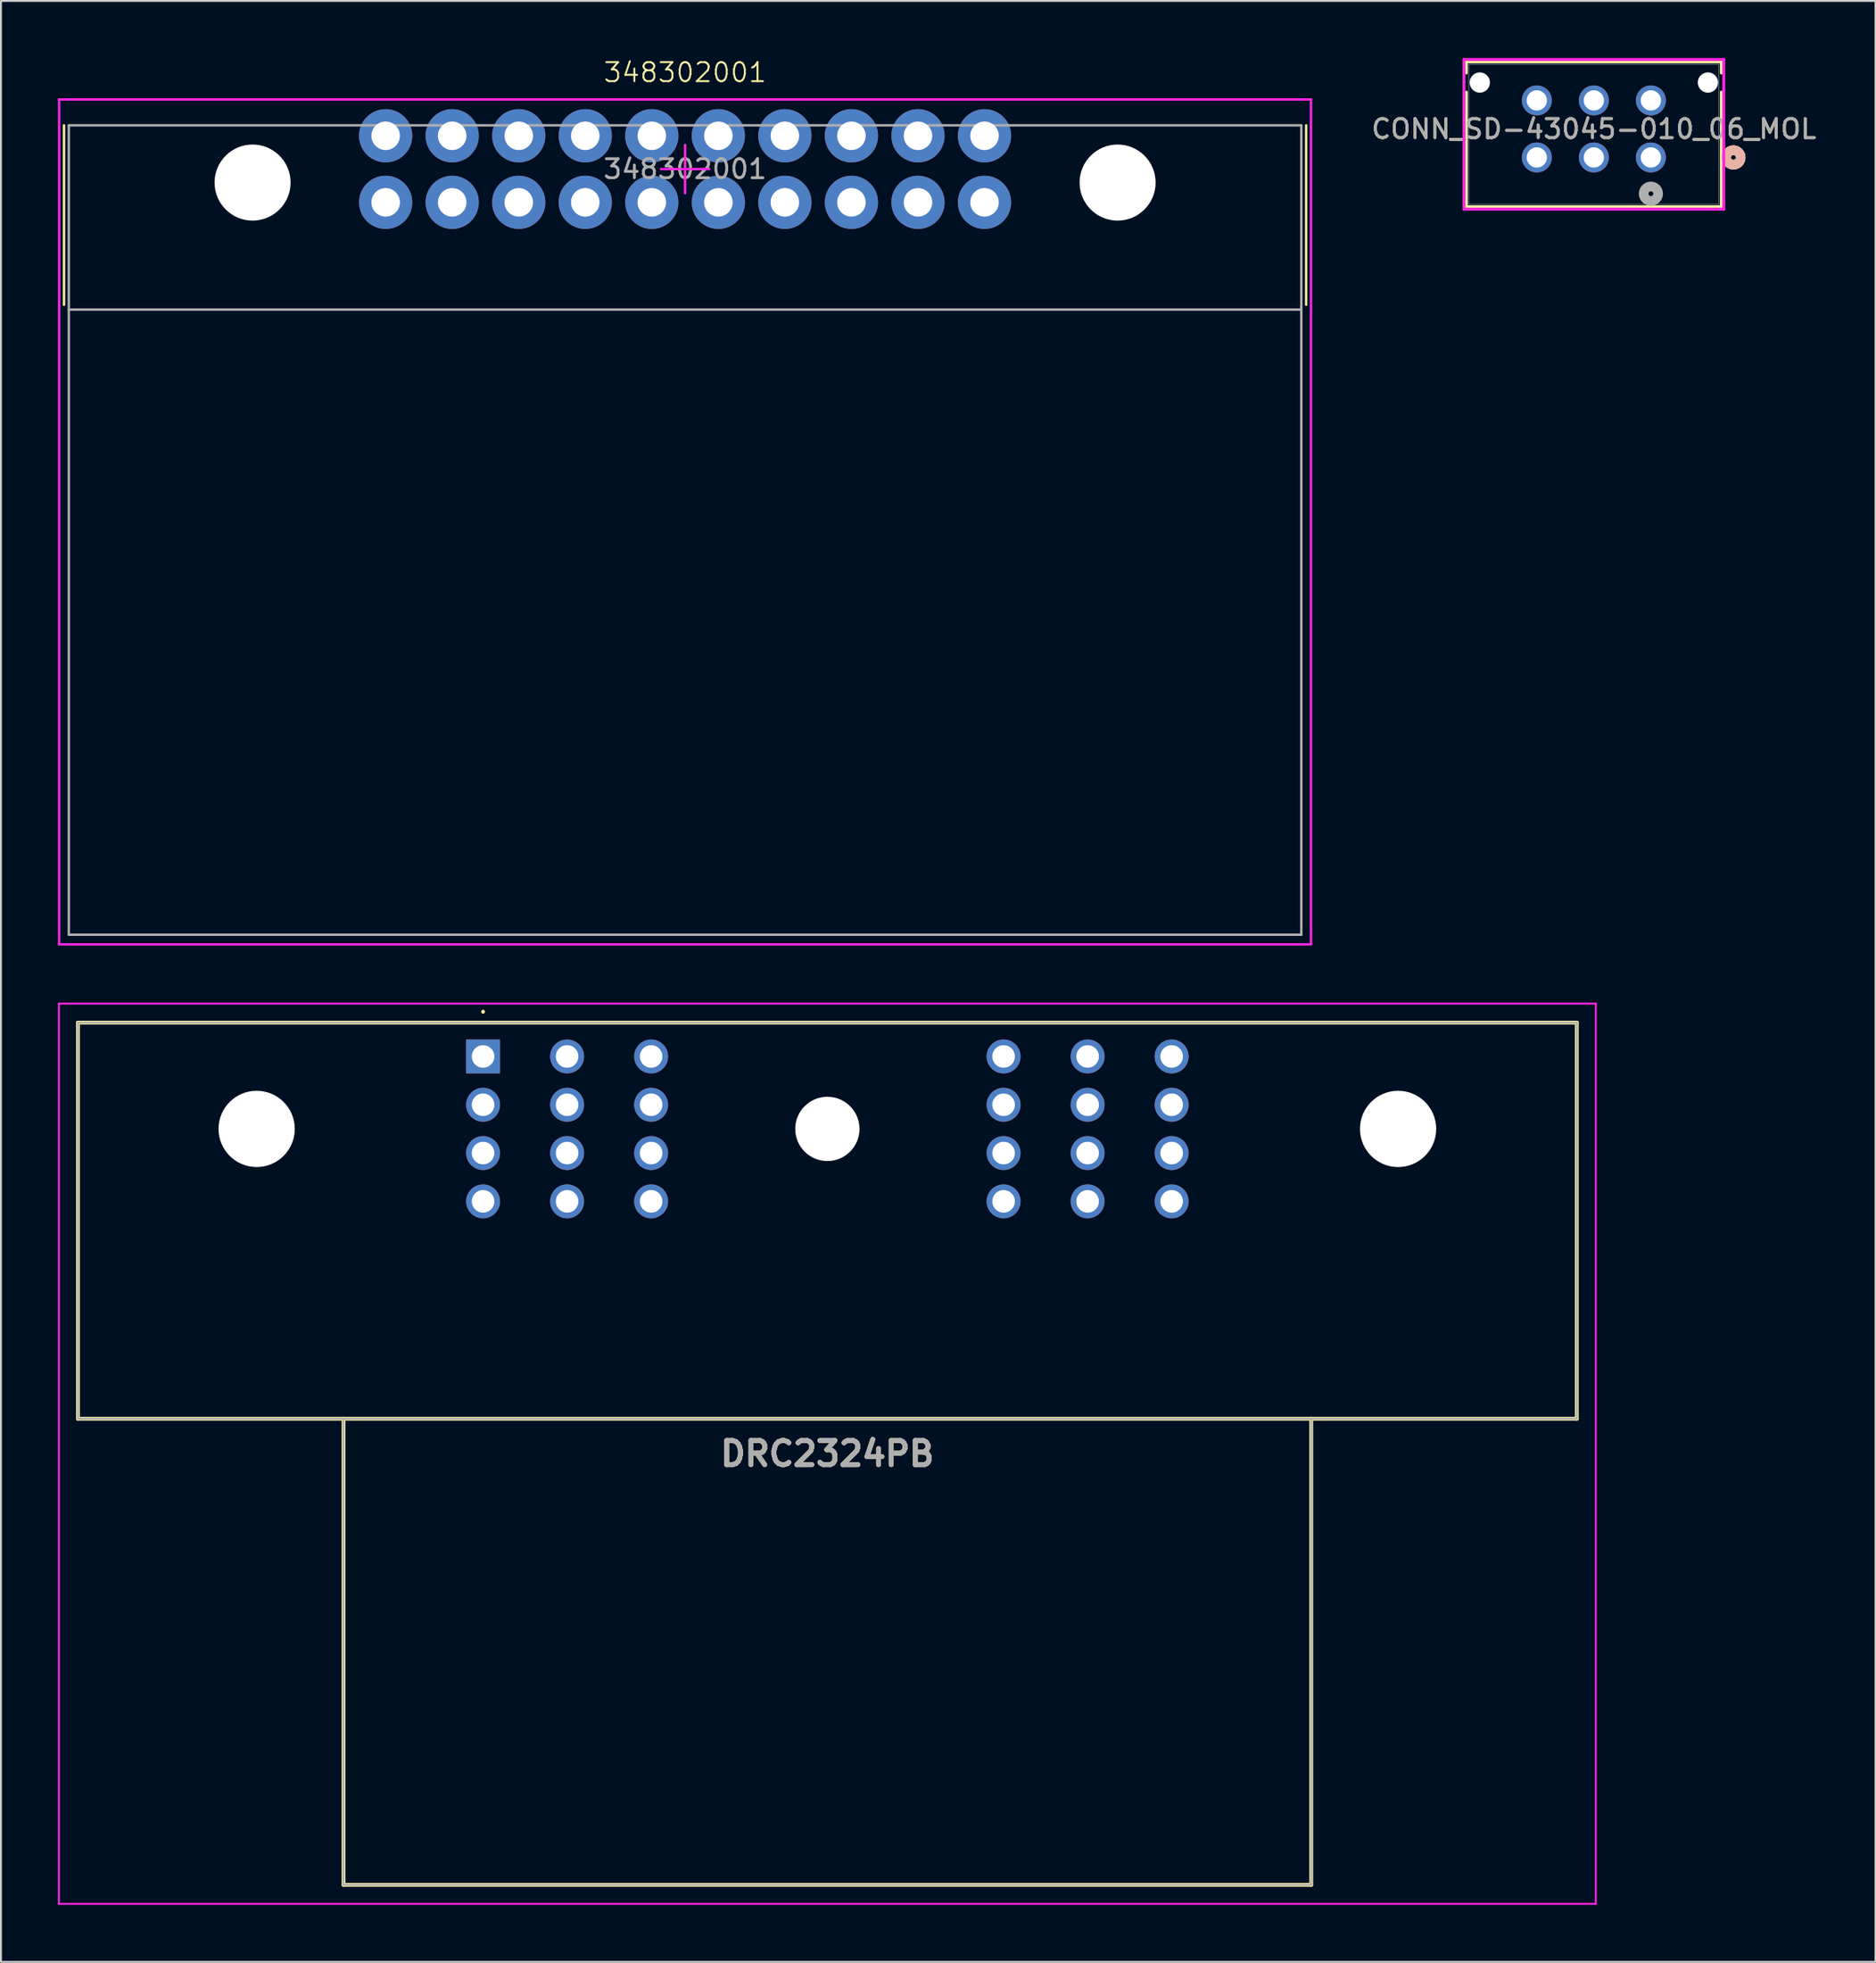
<source format=kicad_pcb>
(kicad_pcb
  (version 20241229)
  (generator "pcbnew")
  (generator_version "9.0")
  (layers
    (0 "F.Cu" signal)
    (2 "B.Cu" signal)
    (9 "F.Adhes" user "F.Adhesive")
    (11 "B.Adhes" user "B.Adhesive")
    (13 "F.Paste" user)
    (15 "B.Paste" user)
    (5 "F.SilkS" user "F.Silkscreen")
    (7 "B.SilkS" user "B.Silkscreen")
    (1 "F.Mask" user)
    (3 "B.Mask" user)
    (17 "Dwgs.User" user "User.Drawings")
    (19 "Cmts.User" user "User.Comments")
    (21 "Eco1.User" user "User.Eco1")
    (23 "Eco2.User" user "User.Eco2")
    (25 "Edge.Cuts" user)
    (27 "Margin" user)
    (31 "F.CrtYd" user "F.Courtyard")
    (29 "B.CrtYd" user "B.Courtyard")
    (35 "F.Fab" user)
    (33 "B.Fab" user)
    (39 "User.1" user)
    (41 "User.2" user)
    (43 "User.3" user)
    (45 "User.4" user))
  (footprint "348302001"
    (layer "F.Cu")
    (at 32.986 5.84)
    (property "Reference" "348302001" (at 0 -5.08 0) (unlocked yes) (layer "F.SilkS") (effects (font (size 1 1) (thickness 0.1))))
    (attr through_hole)
    (fp_line (start -32.669 7.136) (end -32.669 -2.3) (stroke (width 0.127) (type solid)) (layer "F.SilkS"))
    (fp_line (start 32.669 7.136) (end 32.669 -2.3) (stroke (width 0.127) (type solid)) (layer "F.SilkS"))
    (fp_line (start -32.923 -3.658) (end 32.923 -3.658) (stroke (width 0.127) (type solid)) (layer "F.CrtYd"))
    (fp_line (start -32.923 40.768) (end -32.923 -3.658) (stroke (width 0.127) (type solid)) (layer "F.CrtYd"))
    (fp_line (start -32.923 40.768) (end 32.923 40.768) (stroke (width 0.127) (type solid)) (layer "F.CrtYd"))
    (fp_line (start 0 0) (end -1.27 0) (stroke (width 0.127) (type solid)) (layer "F.CrtYd"))
    (fp_line (start 0 0) (end 0 -1.27) (stroke (width 0.127) (type solid)) (layer "F.CrtYd"))
    (fp_line (start 0 0) (end 0 1.27) (stroke (width 0.127) (type solid)) (layer "F.CrtYd"))
    (fp_line (start 0 0) (end 1.27 0) (stroke (width 0.127) (type solid)) (layer "F.CrtYd"))
    (fp_line (start 32.923 40.768) (end 32.923 -3.658) (stroke (width 0.127) (type solid)) (layer "F.CrtYd"))
    (fp_line (start -32.415 -2.3) (end -32.415 40.26) (stroke (width 0.127) (type solid)) (layer "F.Fab"))
    (fp_line (start -32.415 -2.3) (end 32.415 -2.3) (stroke (width 0.127) (type solid)) (layer "F.Fab"))
    (fp_line (start -32.415 7.39) (end 32.415 7.39) (stroke (width 0.127) (type solid)) (layer "F.Fab"))
    (fp_line (start -32.415 40.26) (end 32.415 40.26) (stroke (width 0.127) (type solid)) (layer "F.Fab"))
    (fp_line (start 32.415 40.26) (end 32.415 -2.3) (stroke (width 0.127) (type solid)) (layer "F.Fab"))
    (fp_text user "${REFERENCE}" (at 0 0 0) (unlocked yes) (layer "F.Fab") (effects (font (size 1 1) (thickness 0.15))))
    (pad "" np_thru_hole circle (at -22.75 0.71) (size 4 4) (drill 4) (layers "*.Cu" "*.Mask"))
    (pad "" np_thru_hole circle (at 22.75 0.71) (size 4 4) (drill 4) (layers "*.Cu" "*.Mask"))
    (pad "1" thru_hole circle (at -15.75 -1.75) (size 2.8 2.8) (drill 1.5) (layers "*.Cu" "*.Mask"))
    (pad "2" thru_hole circle (at -12.25 -1.75) (size 2.8 2.8) (drill 1.5) (layers "*.Cu" "*.Mask"))
    (pad "3" thru_hole circle (at -8.75 -1.75) (size 2.8 2.8) (drill 1.5) (layers "*.Cu" "*.Mask"))
    (pad "4" thru_hole circle (at -5.25 -1.75) (size 2.8 2.8) (drill 1.5) (layers "*.Cu" "*.Mask"))
    (pad "5" thru_hole circle (at -1.75 -1.75) (size 2.8 2.8) (drill 1.5) (layers "*.Cu" "*.Mask"))
    (pad "6" thru_hole circle (at 1.75 -1.75) (size 2.8 2.8) (drill 1.5) (layers "*.Cu" "*.Mask"))
    (pad "7" thru_hole circle (at 5.25 -1.75) (size 2.8 2.8) (drill 1.5) (layers "*.Cu" "*.Mask"))
    (pad "8" thru_hole circle (at 8.75 -1.75) (size 2.8 2.8) (drill 1.5) (layers "*.Cu" "*.Mask"))
    (pad "9" thru_hole circle (at 12.25 -1.75) (size 2.8 2.8) (drill 1.5) (layers "*.Cu" "*.Mask"))
    (pad "10" thru_hole circle (at 15.75 -1.75) (size 2.8 2.8) (drill 1.5) (layers "*.Cu" "*.Mask"))
    (pad "11" thru_hole circle (at -15.75 1.75) (size 2.8 2.8) (drill 1.5) (layers "*.Cu" "*.Mask"))
    (pad "12" thru_hole circle (at -12.25 1.75) (size 2.8 2.8) (drill 1.5) (layers "*.Cu" "*.Mask"))
    (pad "13" thru_hole circle (at -8.75 1.75) (size 2.8 2.8) (drill 1.5) (layers "*.Cu" "*.Mask"))
    (pad "14" thru_hole circle (at -5.25 1.75) (size 2.8 2.8) (drill 1.5) (layers "*.Cu" "*.Mask"))
    (pad "15" thru_hole circle (at -1.75 1.75) (size 2.8 2.8) (drill 1.5) (layers "*.Cu" "*.Mask"))
    (pad "16" thru_hole circle (at 1.75 1.75) (size 2.8 2.8) (drill 1.5) (layers "*.Cu" "*.Mask"))
    (pad "17" thru_hole circle (at 5.25 1.75) (size 2.8 2.8) (drill 1.5) (layers "*.Cu" "*.Mask"))
    (pad "18" thru_hole circle (at 8.75 1.75) (size 2.8 2.8) (drill 1.5) (layers "*.Cu" "*.Mask"))
    (pad "19" thru_hole circle (at 12.25 1.75) (size 2.8 2.8) (drill 1.5) (layers "*.Cu" "*.Mask"))
    (pad "20" thru_hole circle (at 15.75 1.75) (size 2.8 2.8) (drill 1.5) (layers "*.Cu" "*.Mask")))
  (footprint "CONN_SD-43045-010_06_MOL"
    (layer "F.Cu")
    (at 83.788 5.23)
    (property "Reference" "CONN_SD-43045-010_06_MOL" (at -3 -1.5 0) (unlocked yes) (layer "F.SilkS") (effects (font (size 1 1) (thickness 0.15))))
    (attr through_hole)
    (fp_line (start -9.706 -5.027) (end -9.706 -4.442) (stroke (width 0.152) (type solid)) (layer "F.SilkS"))
    (fp_line (start -9.706 -3.438) (end -9.706 2.593) (stroke (width 0.152) (type solid)) (layer "F.SilkS"))
    (fp_line (start -9.706 2.593) (end 3.706 2.593) (stroke (width 0.152) (type solid)) (layer "F.SilkS"))
    (fp_line (start 3.706 -5.027) (end -9.706 -5.027) (stroke (width 0.152) (type solid)) (layer "F.SilkS"))
    (fp_line (start 3.706 -4.442) (end 3.706 -5.027) (stroke (width 0.152) (type solid)) (layer "F.SilkS"))
    (fp_line (start 3.706 2.593) (end 3.706 -3.438) (stroke (width 0.152) (type solid)) (layer "F.SilkS"))
    (fp_circle (center 4.341 0) (end 4.722 0) (stroke (width 0.508) (type solid)) (fill no) (layer "F.SilkS"))
    (fp_circle (center 4.341 0) (end 4.722 0) (stroke (width 0.508) (type solid)) (fill no) (layer "B.SilkS"))
    (fp_line (start -9.833 -5.154) (end -9.833 2.72) (stroke (width 0.152) (type solid)) (layer "F.CrtYd"))
    (fp_line (start -9.833 2.72) (end 3.833 2.72) (stroke (width 0.152) (type solid)) (layer "F.CrtYd"))
    (fp_line (start 3.833 -5.154) (end -9.833 -5.154) (stroke (width 0.152) (type solid)) (layer "F.CrtYd"))
    (fp_line (start 3.833 2.72) (end 3.833 -5.154) (stroke (width 0.152) (type solid)) (layer "F.CrtYd"))
    (fp_line (start -9.579 -4.9) (end -9.579 2.466) (stroke (width 0.025) (type solid)) (layer "F.Fab"))
    (fp_line (start -9.579 2.466) (end 3.579 2.466) (stroke (width 0.025) (type solid)) (layer "F.Fab"))
    (fp_line (start 3.579 -4.9) (end -9.579 -4.9) (stroke (width 0.025) (type solid)) (layer "F.Fab"))
    (fp_line (start 3.579 2.466) (end 3.579 -4.9) (stroke (width 0.025) (type solid)) (layer "F.Fab"))
    (fp_circle (center 0 1.905) (end 0.381 1.905) (stroke (width 0.508) (type solid)) (fill no) (layer "F.Fab"))
    (fp_text user "${REFERENCE}" (at -3 -1.5 0) (unlocked yes) (layer "F.Fab") (effects (font (size 1 1) (thickness 0.15))))
    (pad "" np_thru_hole circle (at -9 -3.94) (size 1.067 1.067) (drill 1.067) (layers "*.Cu" "*.Mask"))
    (pad "" np_thru_hole circle (at 3 -3.94) (size 1.067 1.067) (drill 1.067) (layers "*.Cu" "*.Mask"))
    (pad "1" thru_hole circle (at 0 0) (size 1.575 1.575) (drill 1.067) (layers "*.Cu" "*.Mask"))
    (pad "2" thru_hole circle (at -3 0) (size 1.575 1.575) (drill 1.067) (layers "*.Cu" "*.Mask"))
    (pad "3" thru_hole circle (at -6 0) (size 1.575 1.575) (drill 1.067) (layers "*.Cu" "*.Mask"))
    (pad "4" thru_hole circle (at 0 -3) (size 1.575 1.575) (drill 1.067) (layers "*.Cu" "*.Mask"))
    (pad "5" thru_hole circle (at -3 -3) (size 1.575 1.575) (drill 1.067) (layers "*.Cu" "*.Mask"))
    (pad "6" thru_hole circle (at -6 -3) (size 1.575 1.575) (drill 1.067) (layers "*.Cu" "*.Mask")))
  (footprint "DRC2324PB"
    (layer "F.Cu")
    (at 22.36 52.502)
    (property "Reference" "DRC2324PB" (at 18.11 20.89 0) (layer "F.SilkS") (effects (font (size 1.27 1.27) (thickness 0.254))))
    (attr through_hole)
    (fp_line (start -21.31 -1.78) (end -21.31 19.05) (stroke (width 0.2) (type solid)) (layer "F.SilkS"))
    (fp_line (start -21.31 19.05) (end 57.53 19.05) (stroke (width 0.2) (type solid)) (layer "F.SilkS"))
    (fp_line (start -7.34 19.05) (end -7.34 43.56) (stroke (width 0.2) (type solid)) (layer "F.SilkS"))
    (fp_line (start -7.34 43.56) (end 43.56 43.56) (stroke (width 0.2) (type solid)) (layer "F.SilkS"))
    (fp_line (start 0 -2.4) (end 0 -2.4) (stroke (width 0.1) (type solid)) (layer "F.SilkS"))
    (fp_line (start 0 -2.3) (end 0 -2.3) (stroke (width 0.1) (type solid)) (layer "F.SilkS"))
    (fp_line (start 43.56 43.56) (end 43.56 19.05) (stroke (width 0.2) (type solid)) (layer "F.SilkS"))
    (fp_line (start 57.53 -1.78) (end -21.31 -1.78) (stroke (width 0.2) (type solid)) (layer "F.SilkS"))
    (fp_line (start 57.53 19.05) (end 57.53 -1.78) (stroke (width 0.2) (type solid)) (layer "F.SilkS"))
    (fp_arc (start 0 -2.4) (mid 0.05 -2.35) (end 0 -2.3) (stroke (width 0.1) (type solid)) (layer "F.SilkS"))
    (fp_arc (start 0 -2.3) (mid -0.05 -2.35) (end 0 -2.4) (stroke (width 0.1) (type solid)) (layer "F.SilkS"))
    (fp_line (start -22.31 -2.78) (end -22.31 44.56) (stroke (width 0.1) (type solid)) (layer "F.CrtYd"))
    (fp_line (start -22.31 44.56) (end 58.53 44.56) (stroke (width 0.1) (type solid)) (layer "F.CrtYd"))
    (fp_line (start 58.53 -2.78) (end -22.31 -2.78) (stroke (width 0.1) (type solid)) (layer "F.CrtYd"))
    (fp_line (start 58.53 44.56) (end 58.53 -2.78) (stroke (width 0.1) (type solid)) (layer "F.CrtYd"))
    (fp_line (start -21.31 -1.78) (end -21.31 19.05) (stroke (width 0.1) (type solid)) (layer "F.Fab"))
    (fp_line (start -21.31 19.05) (end 57.53 19.05) (stroke (width 0.1) (type solid)) (layer "F.Fab"))
    (fp_line (start -7.34 19.05) (end -7.34 43.56) (stroke (width 0.1) (type solid)) (layer "F.Fab"))
    (fp_line (start -7.34 43.56) (end 43.56 43.56) (stroke (width 0.1) (type solid)) (layer "F.Fab"))
    (fp_line (start 43.56 43.56) (end 43.56 19.05) (stroke (width 0.1) (type solid)) (layer "F.Fab"))
    (fp_line (start 57.53 -1.78) (end -21.31 -1.78) (stroke (width 0.1) (type solid)) (layer "F.Fab"))
    (fp_line (start 57.53 19.05) (end 57.53 -1.78) (stroke (width 0.1) (type solid)) (layer "F.Fab"))
    (fp_text user "${REFERENCE}" (at 18.11 20.89 0) (layer "F.Fab") (effects (font (size 1.27 1.27) (thickness 0.254))))
    (pad "" np_thru_hole circle (at -11.91 3.81) (size 4.01 4.01) (drill 4.01) (layers "*.Cu" "*.Mask"))
    (pad "" np_thru_hole circle (at 18.11 3.81) (size 3.38 3.38) (drill 3.38) (layers "*.Cu" "*.Mask"))
    (pad "" np_thru_hole circle (at 48.13 3.81) (size 4.01 4.01) (drill 4.01) (layers "*.Cu" "*.Mask"))
    (pad "1" thru_hole rect (at 0 0) (size 1.785 1.785) (drill 1.19) (layers "*.Cu" "*.Mask"))
    (pad "2" thru_hole circle (at 4.42 0) (size 1.785 1.785) (drill 1.19) (layers "*.Cu" "*.Mask"))
    (pad "3" thru_hole circle (at 8.84 0) (size 1.785 1.785) (drill 1.19) (layers "*.Cu" "*.Mask"))
    (pad "4" thru_hole circle (at 27.38 0) (size 1.785 1.785) (drill 1.19) (layers "*.Cu" "*.Mask"))
    (pad "5" thru_hole circle (at 31.8 0) (size 1.785 1.785) (drill 1.19) (layers "*.Cu" "*.Mask"))
    (pad "6" thru_hole circle (at 36.22 0) (size 1.785 1.785) (drill 1.19) (layers "*.Cu" "*.Mask"))
    (pad "7" thru_hole circle (at 0 2.54) (size 1.785 1.785) (drill 1.19) (layers "*.Cu" "*.Mask"))
    (pad "8" thru_hole circle (at 4.42 2.54) (size 1.785 1.785) (drill 1.19) (layers "*.Cu" "*.Mask"))
    (pad "9" thru_hole circle (at 8.84 2.54) (size 1.785 1.785) (drill 1.19) (layers "*.Cu" "*.Mask"))
    (pad "10" thru_hole circle (at 27.38 2.54) (size 1.785 1.785) (drill 1.19) (layers "*.Cu" "*.Mask"))
    (pad "11" thru_hole circle (at 31.8 2.54) (size 1.785 1.785) (drill 1.19) (layers "*.Cu" "*.Mask"))
    (pad "12" thru_hole circle (at 36.22 2.54) (size 1.785 1.785) (drill 1.19) (layers "*.Cu" "*.Mask"))
    (pad "13" thru_hole circle (at 0 5.08) (size 1.785 1.785) (drill 1.19) (layers "*.Cu" "*.Mask"))
    (pad "14" thru_hole circle (at 4.42 5.08) (size 1.785 1.785) (drill 1.19) (layers "*.Cu" "*.Mask"))
    (pad "15" thru_hole circle (at 8.84 5.08) (size 1.785 1.785) (drill 1.19) (layers "*.Cu" "*.Mask"))
    (pad "16" thru_hole circle (at 27.38 5.08) (size 1.785 1.785) (drill 1.19) (layers "*.Cu" "*.Mask"))
    (pad "17" thru_hole circle (at 31.8 5.08) (size 1.785 1.785) (drill 1.19) (layers "*.Cu" "*.Mask"))
    (pad "18" thru_hole circle (at 36.22 5.08) (size 1.785 1.785) (drill 1.19) (layers "*.Cu" "*.Mask"))
    (pad "19" thru_hole circle (at 0 7.62) (size 1.785 1.785) (drill 1.19) (layers "*.Cu" "*.Mask"))
    (pad "20" thru_hole circle (at 4.42 7.62) (size 1.785 1.785) (drill 1.19) (layers "*.Cu" "*.Mask"))
    (pad "21" thru_hole circle (at 8.84 7.62) (size 1.785 1.785) (drill 1.19) (layers "*.Cu" "*.Mask"))
    (pad "22" thru_hole circle (at 27.38 7.62) (size 1.785 1.785) (drill 1.19) (layers "*.Cu" "*.Mask"))
    (pad "23" thru_hole circle (at 31.8 7.62) (size 1.785 1.785) (drill 1.19) (layers "*.Cu" "*.Mask"))
    (pad "24" thru_hole circle (at 36.22 7.62) (size 1.785 1.785) (drill 1.19) (layers "*.Cu" "*.Mask")))
  (gr_rect
    (start -3 -3)
    (end 95.604 100.112)
    (stroke (width 0.1) (type default))
    (fill no)
    (layer "Edge.Cuts")))
</source>
